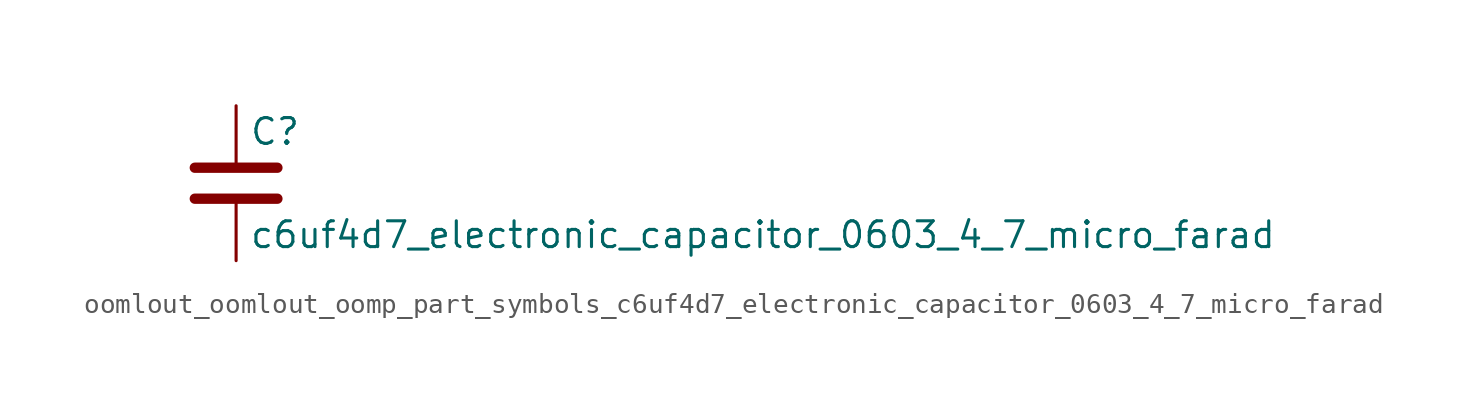
<source format=kicad_sym>
(kicad_symbol_lib
  (version 20220914)
  (generator kicad_symbol_editor)
  (symbol "oomlout_oomlout_oomp_part_symbols_c6uf4d7_electronic_capacitor_0603_4_7_micro_farad"
    (pin_numbers hide)
    (pin_names
      (offset 0.254))
    (property "Reference" "C"
      (at 0.635 2.54 0)
      (effects (font (size 1.27 1.27)) (justify left)))
    (property "Value" "c6uf4d7_electronic_capacitor_0603_4_7_micro_farad"
      (at 0.635 -2.54 0)
      (effects (font (size 1.27 1.27)) (justify left)))
    (symbol "oomlout_oomlout_oomp_part_symbols_c6uf4d7_electronic_capacitor_0603_4_7_micro_farad_0_1"
      (polyline (pts (xy -2.032 -0.762) (xy 2.032 -0.762)) (stroke (width 0.508) (type default)) (fill (type none)))
      (polyline (pts (xy -2.032 0.762) (xy 2.032 0.762)) (stroke (width 0.508) (type default)) (fill (type none))))
    (symbol "oomlout_oomlout_oomp_part_symbols_c6uf4d7_electronic_capacitor_0603_4_7_micro_farad_1_1"
      (pin passive line (at 0 3.81 270) (length 2.794) (name "~" (effects (font (size 1.27 1.27)))) (number "1" (effects (font (size 1.27 1.27)))))
      (pin passive line (at 0 -3.81 90) (length 2.794) (name "~" (effects (font (size 1.27 1.27)))) (number "2" (effects (font (size 1.27 1.27))))))))
</source>
